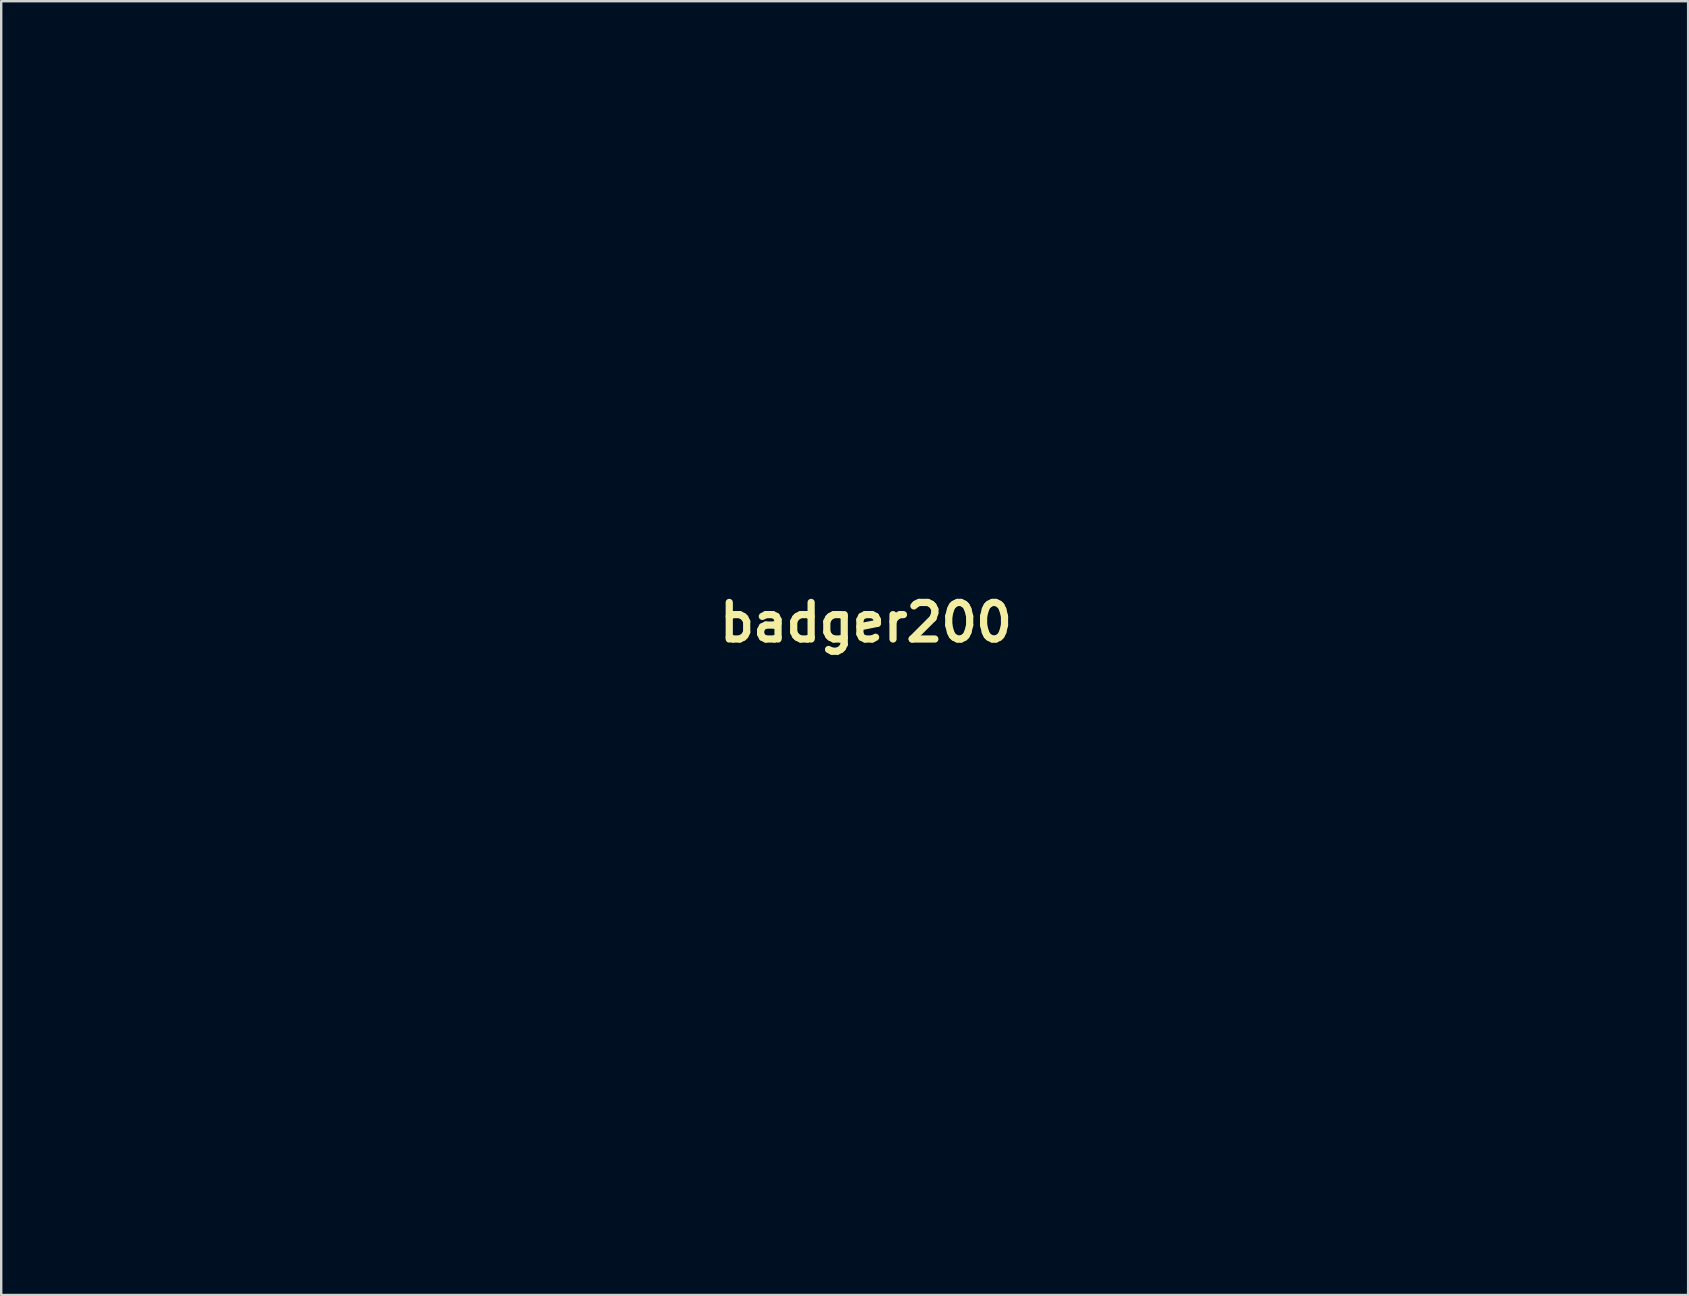
<source format=kicad_pcb>
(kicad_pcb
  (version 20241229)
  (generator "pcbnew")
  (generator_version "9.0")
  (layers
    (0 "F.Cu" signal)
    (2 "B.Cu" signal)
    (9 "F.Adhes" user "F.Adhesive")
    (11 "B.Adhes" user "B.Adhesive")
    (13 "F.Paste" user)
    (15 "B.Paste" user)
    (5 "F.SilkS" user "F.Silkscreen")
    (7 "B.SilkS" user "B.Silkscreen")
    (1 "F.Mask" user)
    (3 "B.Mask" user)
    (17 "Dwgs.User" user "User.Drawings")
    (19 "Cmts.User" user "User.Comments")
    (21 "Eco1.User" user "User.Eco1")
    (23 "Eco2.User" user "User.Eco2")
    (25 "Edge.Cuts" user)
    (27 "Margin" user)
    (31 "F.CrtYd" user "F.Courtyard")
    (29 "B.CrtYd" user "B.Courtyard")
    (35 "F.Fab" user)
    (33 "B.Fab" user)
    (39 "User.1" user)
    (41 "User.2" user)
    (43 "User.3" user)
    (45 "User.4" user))
  (footprint "badger200"
    (layer "F.Cu")
    (at 33.025 22.88)
    (property "Reference" "badger200" (at 0 0 0) (layer "F.SilkS") (effects (font (size 1.524 1.524) (thickness 0.3))))
    (attr through_hole)
    (fp_poly (pts (xy -29.083 23.558) (xy -29.146 23.622) (xy -29.21 23.558) (xy -29.146 23.495) (xy -29.083 23.558)) (stroke (width 0.01) (type solid)) (fill yes) (layer "F.Mask"))
    (fp_poly (pts (xy 16.484 -0.271) (xy 16.477 0.008) (xy 16.415 0.146) (xy 16.351 0.127) (xy 16.36 -0.104) (xy 16.368 -0.155) (xy 16.418 -0.406) (xy 16.453 -0.422) (xy 16.484 -0.271)) (stroke (width 0.01) (type solid)) (fill yes) (layer "F.Mask"))
    (fp_poly (pts (xy -27.561 5.19) (xy -27.704 5.472) (xy -27.979 5.812) (xy -28.352 6.162) (xy -28.404 6.204) (xy -29.099 6.756) (xy -29.059 6.206) (xy -29.023 5.895) (xy -28.934 5.693) (xy -28.733 5.531) (xy -28.363 5.34) (xy -28.321 5.319) (xy -27.949 5.148) (xy -27.681 5.039) (xy -27.585 5.017) (xy -27.561 5.19)) (stroke (width 0.01) (type solid)) (fill yes) (layer "F.Mask"))
    (fp_poly (pts (xy -27.267 8.775) (xy -26.915 9.524) (xy -27.332 10.091) (xy -27.604 10.446) (xy -27.779 10.618) (xy -27.903 10.634) (xy -28.022 10.522) (xy -28.032 10.509) (xy -28.224 10.157) (xy -28.376 9.696) (xy -28.469 9.215) (xy -28.483 8.807) (xy -28.433 8.607) (xy -28.236 8.388) (xy -27.966 8.205) (xy -27.619 8.026) (xy -27.267 8.775)) (stroke (width 0.01) (type solid)) (fill yes) (layer "F.Mask"))
    (fp_poly (pts (xy 22.732 10.478) (xy 22.83 10.559) (xy 23.069 10.778) (xy 23.137 10.936) (xy 23.059 11.131) (xy 23.006 11.219) (xy 22.828 11.477) (xy 22.68 11.528) (xy 22.483 11.376) (xy 22.374 11.263) (xy 22.152 10.979) (xy 22.122 10.749) (xy 22.273 10.478) (xy 22.273 10.477) (xy 22.398 10.334) (xy 22.524 10.33) (xy 22.732 10.478)) (stroke (width 0.01) (type solid)) (fill yes) (layer "F.Mask"))
    (fp_poly (pts (xy 24.33 7.29) (xy 24.618 7.419) (xy 24.818 7.515) (xy 25.385 7.79) (xy 24.916 8.466) (xy 24.664 8.812) (xy 24.465 9.057) (xy 24.367 9.142) (xy 24.248 9.052) (xy 24.044 8.821) (xy 23.95 8.703) (xy 23.614 8.261) (xy 23.874 7.75) (xy 24.042 7.444) (xy 24.164 7.262) (xy 24.193 7.239) (xy 24.33 7.29)) (stroke (width 0.01) (type solid)) (fill yes) (layer "F.Mask"))
    (fp_poly (pts (xy 24.195 4.078) (xy 24.351 4.144) (xy 24.81 4.369) (xy 25.085 4.585) (xy 25.24 4.843) (xy 25.247 4.86) (xy 25.34 5.133) (xy 25.368 5.273) (xy 25.366 5.276) (xy 25.257 5.218) (xy 24.994 5.044) (xy 24.628 4.789) (xy 24.521 4.712) (xy 24.031 4.341) (xy 23.752 4.089) (xy 23.686 3.959) (xy 23.833 3.954) (xy 24.195 4.078)) (stroke (width 0.01) (type solid)) (fill yes) (layer "F.Mask"))
    (fp_poly (pts (xy 19.034 12.388) (xy 19.434 12.517) (xy 19.848 12.69) (xy 20.33 12.913) (xy 20.753 13.13) (xy 21.035 13.298) (xy 21.057 13.314) (xy 21.175 13.412) (xy 21.196 13.476) (xy 21.085 13.513) (xy 20.806 13.531) (xy 20.326 13.536) (xy 20.009 13.536) (xy 18.669 13.536) (xy 18.224 13.081) (xy 17.969 12.804) (xy 17.808 12.601) (xy 17.78 12.544) (xy 17.893 12.478) (xy 18.179 12.406) (xy 18.356 12.375) (xy 18.703 12.346) (xy 19.034 12.388)) (stroke (width 0.01) (type solid)) (fill yes) (layer "F.Mask"))
    (fp_poly (pts (xy -20.624 12.545) (xy -20.332 12.632) (xy -20.184 12.726) (xy -20.18 12.74) (xy -20.262 12.903) (xy -20.473 13.165) (xy -20.754 13.463) (xy -21.041 13.734) (xy -21.273 13.915) (xy -21.37 13.955) (xy -21.569 13.914) (xy -21.927 13.822) (xy -22.288 13.721) (xy -22.689 13.595) (xy -22.868 13.507) (xy -22.848 13.442) (xy -22.786 13.417) (xy -22.542 13.308) (xy -22.169 13.11) (xy -21.793 12.893) (xy -21.361 12.65) (xy -21.05 12.535) (xy -20.779 12.52) (xy -20.624 12.545)) (stroke (width 0.01) (type solid)) (fill yes) (layer "F.Mask"))
    (fp_poly (pts (xy -24.846 11.069) (xy -24.524 11.235) (xy -24.313 11.35) (xy -24.275 11.375) (xy -24.33 11.483) (xy -24.515 11.736) (xy -24.796 12.085) (xy -24.91 12.221) (xy -25.256 12.638) (xy -25.559 13.018) (xy -25.764 13.291) (xy -25.79 13.329) (xy -25.899 13.481) (xy -25.978 13.504) (xy -26.054 13.366) (xy -26.158 13.031) (xy -26.216 12.824) (xy -26.341 12.387) (xy -26.444 12.041) (xy -26.499 11.871) (xy -26.436 11.722) (xy -26.217 11.484) (xy -25.962 11.266) (xy -25.371 10.805) (xy -24.846 11.069)) (stroke (width 0.01) (type solid)) (fill yes) (layer "F.Mask"))
    (fp_poly (pts (xy -1.53 1.33) (xy -0.911 1.364) (xy -0.389 1.428) (xy -0.163 1.476) (xy 0.018 1.542) (xy 0.048 1.655) (xy -0.057 1.898) (xy -0.084 1.951) (xy -0.227 2.226) (xy -0.315 2.382) (xy -0.32 2.389) (xy -0.449 2.377) (xy -0.751 2.307) (xy -1.083 2.216) (xy -1.561 2.108) (xy -2.023 2.084) (xy -2.547 2.149) (xy -3.211 2.307) (xy -3.365 2.35) (xy -3.582 2.337) (xy -3.778 2.131) (xy -3.846 2.019) (xy -3.981 1.744) (xy -4.026 1.578) (xy -4.021 1.566) (xy -3.797 1.469) (xy -3.377 1.396) (xy -2.821 1.348) (xy -2.185 1.325) (xy -1.53 1.33)) (stroke (width 0.01) (type solid)) (fill yes) (layer "F.Mask"))
    (fp_poly (pts (xy -16.281 11.744) (xy -16.304 11.885) (xy -16.456 12.167) (xy -16.701 12.535) (xy -17.005 12.937) (xy -17.33 13.318) (xy -17.949 13.84) (xy -18.808 14.324) (xy -18.858 14.347) (xy -19.385 14.618) (xy -19.931 14.955) (xy -20.532 15.384) (xy -21.223 15.93) (xy -22.039 16.62) (xy -22.494 17.018) (xy -23.288 17.716) (xy -22.924 17.081) (xy -22.371 16.177) (xy -21.756 15.272) (xy -21.127 14.434) (xy -20.535 13.73) (xy -20.311 13.493) (xy -19.981 13.166) (xy -19.707 12.927) (xy -19.43 12.744) (xy -19.091 12.586) (xy -18.633 12.42) (xy -17.995 12.215) (xy -17.93 12.194) (xy -17.335 12.011) (xy -16.833 11.866) (xy -16.469 11.772) (xy -16.291 11.741) (xy -16.281 11.744)) (stroke (width 0.01) (type solid)) (fill yes) (layer "F.Mask"))
    (fp_poly (pts (xy 8.942 2.82) (xy 9.218 2.924) (xy 9.39 3.151) (xy 9.504 3.521) (xy 9.524 3.617) (xy 9.591 4.229) (xy 9.484 4.699) (xy 9.185 5.089) (xy 8.991 5.248) (xy 8.503 5.474) (xy 7.898 5.561) (xy 7.273 5.506) (xy 6.795 5.342) (xy 6.381 5.105) (xy 5.998 4.847) (xy 5.929 4.794) (xy 5.571 4.506) (xy 5.942 3.994) (xy 6.045 3.873) (xy 8.001 3.873) (xy 8.089 4.016) (xy 8.268 4.03) (xy 8.408 3.915) (xy 8.42 3.875) (xy 8.339 3.75) (xy 8.223 3.707) (xy 8.034 3.757) (xy 8.001 3.873) (xy 6.045 3.873) (xy 6.349 3.517) (xy 6.792 3.199) (xy 7.351 2.996) (xy 7.885 2.894) (xy 8.513 2.817) (xy 8.942 2.82)) (stroke (width 0.01) (type solid)) (fill yes) (layer "F.Mask"))
    (fp_poly (pts (xy -18.719 9.346) (xy -18.895 9.618) (xy -19.181 10) (xy -19.547 10.454) (xy -19.963 10.941) (xy -20.399 11.422) (xy -20.569 11.602) (xy -21.138 12.162) (xy -21.65 12.579) (xy -22.189 12.919) (xy -22.534 13.099) (xy -23.236 13.485) (xy -23.946 13.959) (xy -24.696 14.547) (xy -25.522 15.277) (xy -26.455 16.174) (xy -26.786 16.505) (xy -28.236 17.967) (xy -27.555 16.641) (xy -26.937 15.51) (xy -26.27 14.416) (xy -25.589 13.411) (xy -24.928 12.545) (xy -24.361 11.91) (xy -24.082 11.633) (xy -23.836 11.412) (xy -23.583 11.224) (xy -23.281 11.047) (xy -22.889 10.858) (xy -22.368 10.634) (xy -21.677 10.355) (xy -21.145 10.144) (xy -20.417 9.857) (xy -19.771 9.609) (xy -19.246 9.411) (xy -18.875 9.278) (xy -18.696 9.223) (xy -18.686 9.223) (xy -18.719 9.346)) (stroke (width 0.01) (type solid)) (fill yes) (layer "F.Mask"))
    (fp_poly (pts (xy 13.749 11.151) (xy 14.218 11.273) (xy 14.766 11.433) (xy 15.339 11.614) (xy 15.883 11.799) (xy 16.345 11.973) (xy 16.671 12.119) (xy 16.702 12.136) (xy 17.164 12.464) (xy 17.712 12.967) (xy 18.304 13.601) (xy 18.894 14.322) (xy 19.013 14.478) (xy 19.237 14.792) (xy 19.52 15.207) (xy 19.83 15.678) (xy 20.14 16.158) (xy 20.421 16.603) (xy 20.642 16.966) (xy 20.775 17.202) (xy 20.798 17.269) (xy 20.695 17.19) (xy 20.444 16.977) (xy 20.087 16.669) (xy 19.812 16.428) (xy 18.767 15.543) (xy 17.844 14.834) (xy 17.01 14.28) (xy 16.231 13.855) (xy 16.061 13.776) (xy 15.459 13.465) (xy 14.899 13.109) (xy 14.498 12.786) (xy 14.138 12.411) (xy 13.797 12.006) (xy 13.51 11.622) (xy 13.315 11.308) (xy 13.247 11.113) (xy 13.258 11.083) (xy 13.411 11.082) (xy 13.749 11.151)) (stroke (width 0.01) (type solid)) (fill yes) (layer "F.Mask"))
    (fp_poly (pts (xy -11.425 2.425) (xy -10.895 2.489) (xy -10.604 2.555) (xy -10.28 2.702) (xy -9.902 2.957) (xy -9.524 3.271) (xy -9.199 3.596) (xy -8.979 3.883) (xy -8.918 4.084) (xy -8.92 4.09) (xy -9.076 4.273) (xy -9.401 4.504) (xy -9.823 4.746) (xy -10.273 4.96) (xy -10.679 5.107) (xy -10.886 5.15) (xy -11.33 5.148) (xy -11.75 5.08) (xy -11.769 5.074) (xy -12.116 4.894) (xy -12.458 4.606) (xy -12.514 4.544) (xy -12.716 4.271) (xy -12.804 4.014) (xy -12.806 3.665) (xy -12.804 3.646) (xy -11.661 3.646) (xy -11.597 3.728) (xy -11.408 3.776) (xy -11.234 3.642) (xy -11.205 3.58) (xy -11.268 3.46) (xy -11.419 3.429) (xy -11.648 3.49) (xy -11.661 3.646) (xy -12.804 3.646) (xy -12.787 3.456) (xy -12.72 3.037) (xy -12.626 2.708) (xy -12.566 2.595) (xy -12.335 2.479) (xy -11.93 2.422) (xy -11.425 2.425)) (stroke (width 0.01) (type solid)) (fill yes) (layer "F.Mask"))
    (fp_poly (pts (xy 16.723 8.835) (xy 17.204 9.017) (xy 17.834 9.253) (xy 18.523 9.51) (xy 19.05 9.706) (xy 19.659 9.937) (xy 20.219 10.158) (xy 20.664 10.342) (xy 20.92 10.46) (xy 21.364 10.765) (xy 21.895 11.256) (xy 22.482 11.895) (xy 23.09 12.645) (xy 23.686 13.469) (xy 23.809 13.652) (xy 24.162 14.197) (xy 24.528 14.783) (xy 24.883 15.372) (xy 25.206 15.925) (xy 25.475 16.403) (xy 25.666 16.768) (xy 25.758 16.98) (xy 25.756 17.018) (xy 25.651 16.934) (xy 25.418 16.713) (xy 25.107 16.4) (xy 25.078 16.37) (xy 24.748 16.047) (xy 24.279 15.611) (xy 23.729 15.113) (xy 23.151 14.602) (xy 22.987 14.46) (xy 22.24 13.836) (xy 21.59 13.348) (xy 20.963 12.946) (xy 20.284 12.577) (xy 20.202 12.536) (xy 19.136 11.919) (xy 18.164 11.166) (xy 17.237 10.237) (xy 16.466 9.3) (xy 15.856 8.504) (xy 16.723 8.835)) (stroke (width 0.01) (type solid)) (fill yes) (layer "F.Mask"))
    (fp_poly (pts (xy -20.177 6.113) (xy -20.389 6.371) (xy -20.727 6.746) (xy -21.162 7.206) (xy -21.546 7.598) (xy -22.21 8.254) (xy -22.749 8.749) (xy -23.203 9.115) (xy -23.612 9.387) (xy -23.869 9.526) (xy -24.553 9.915) (xy -25.359 10.461) (xy -26.297 11.172) (xy -27.377 12.056) (xy -28.609 13.121) (xy -29.261 13.702) (xy -29.464 13.864) (xy -29.539 13.882) (xy -29.524 13.843) (xy -29.322 13.51) (xy -29.005 13.023) (xy -28.61 12.433) (xy -28.171 11.794) (xy -27.725 11.155) (xy -27.306 10.57) (xy -26.95 10.088) (xy -26.855 9.964) (xy -26.413 9.425) (xy -25.919 8.868) (xy -25.457 8.389) (xy -25.311 8.25) (xy -25.023 7.993) (xy -24.749 7.783) (xy -24.444 7.595) (xy -24.065 7.407) (xy -23.564 7.195) (xy -22.898 6.937) (xy -22.377 6.741) (xy -21.681 6.486) (xy -21.068 6.272) (xy -20.577 6.112) (xy -20.247 6.018) (xy -20.117 6.002) (xy -20.177 6.113)) (stroke (width 0.01) (type solid)) (fill yes) (layer "F.Mask"))
    (fp_poly (pts (xy -19.837 3.615) (xy -19.909 3.707) (xy -20.152 3.908) (xy -20.526 4.189) (xy -20.988 4.519) (xy -21.497 4.871) (xy -22.011 5.214) (xy -22.489 5.52) (xy -22.845 5.734) (xy -23.457 6.044) (xy -24.162 6.343) (xy -24.809 6.565) (xy -24.813 6.567) (xy -25.532 6.813) (xy -26.428 7.185) (xy -27.47 7.67) (xy -28.626 8.251) (xy -29.863 8.912) (xy -30.289 9.149) (xy -30.887 9.484) (xy -31.462 9.805) (xy -31.946 10.075) (xy -32.258 10.247) (xy -32.83 10.562) (xy -32.068 9.843) (xy -30.919 8.78) (xy -29.802 7.787) (xy -28.74 6.882) (xy -27.756 6.085) (xy -26.873 5.413) (xy -26.116 4.888) (xy -25.507 4.526) (xy -25.467 4.506) (xy -25.184 4.382) (xy -24.844 4.274) (xy -24.407 4.176) (xy -23.831 4.078) (xy -23.074 3.971) (xy -22.353 3.88) (xy -21.591 3.788) (xy -20.92 3.712) (xy -20.379 3.655) (xy -20.006 3.621) (xy -19.841 3.614) (xy -19.837 3.615)) (stroke (width 0.01) (type solid)) (fill yes) (layer "F.Mask"))
    (fp_poly (pts (xy 17.191 5.526) (xy 17.52 5.619) (xy 17.998 5.771) (xy 18.583 5.967) (xy 19.23 6.19) (xy 19.895 6.426) (xy 20.536 6.659) (xy 21.107 6.874) (xy 21.565 7.056) (xy 21.866 7.189) (xy 21.883 7.197) (xy 22.282 7.473) (xy 22.79 7.936) (xy 23.384 8.559) (xy 24.037 9.312) (xy 24.727 10.169) (xy 25.429 11.1) (xy 26.119 12.076) (xy 26.283 12.319) (xy 26.666 12.893) (xy 26.926 13.287) (xy 27.082 13.534) (xy 27.154 13.665) (xy 27.162 13.71) (xy 27.154 13.711) (xy 27.048 13.631) (xy 26.787 13.417) (xy 26.408 13.098) (xy 25.946 12.706) (xy 25.845 12.619) (xy 24.693 11.66) (xy 23.605 10.808) (xy 22.609 10.082) (xy 21.732 9.502) (xy 21 9.087) (xy 20.989 9.082) (xy 20.561 8.852) (xy 20.164 8.596) (xy 19.752 8.274) (xy 19.277 7.85) (xy 18.693 7.286) (xy 18.492 7.087) (xy 17.997 6.586) (xy 17.58 6.147) (xy 17.267 5.8) (xy 17.087 5.576) (xy 17.057 5.507) (xy 17.191 5.526)) (stroke (width 0.01) (type solid)) (fill yes) (layer "F.Mask"))
    (fp_poly (pts (xy -24.187 1.193) (xy -23.6 1.239) (xy -22.963 1.307) (xy -22.322 1.39) (xy -21.724 1.483) (xy -21.216 1.578) (xy -20.844 1.67) (xy -20.655 1.752) (xy -20.644 1.788) (xy -20.803 1.922) (xy -21.141 2.134) (xy -21.605 2.394) (xy -22.14 2.674) (xy -22.695 2.946) (xy -23.216 3.182) (xy -23.257 3.199) (xy -23.87 3.424) (xy -24.566 3.63) (xy -25.083 3.751) (xy -25.819 3.944) (xy -26.733 4.276) (xy -27.83 4.75) (xy -29.118 5.37) (xy -30.602 6.137) (xy -30.862 6.276) (xy -31.607 6.674) (xy -32.157 6.965) (xy -32.542 7.164) (xy -32.791 7.283) (xy -32.935 7.336) (xy -33.001 7.338) (xy -33.019 7.302) (xy -33.02 7.283) (xy -32.927 7.148) (xy -32.668 6.876) (xy -32.271 6.494) (xy -31.766 6.028) (xy -31.183 5.503) (xy -30.55 4.945) (xy -29.896 4.379) (xy -29.251 3.833) (xy -28.645 3.331) (xy -28.105 2.899) (xy -27.756 2.632) (xy -26.844 1.998) (xy -26.07 1.551) (xy -25.412 1.28) (xy -25.022 1.192) (xy -24.676 1.175) (xy -24.187 1.193)) (stroke (width 0.01) (type solid)) (fill yes) (layer "F.Mask"))
    (fp_poly (pts (xy 17.3 3.109) (xy 17.828 3.162) (xy 18.495 3.234) (xy 19.265 3.324) (xy 19.567 3.361) (xy 20.558 3.485) (xy 21.347 3.601) (xy 21.988 3.728) (xy 22.53 3.887) (xy 23.026 4.097) (xy 23.527 4.379) (xy 24.085 4.753) (xy 24.75 5.24) (xy 25.159 5.545) (xy 25.715 5.973) (xy 26.335 6.466) (xy 26.991 7.003) (xy 27.659 7.56) (xy 28.312 8.116) (xy 28.925 8.647) (xy 29.471 9.132) (xy 29.925 9.547) (xy 30.261 9.871) (xy 30.452 10.081) (xy 30.474 10.154) (xy 30.47 10.153) (xy 30.343 10.091) (xy 30.053 9.93) (xy 29.655 9.703) (xy 29.527 9.629) (xy 28.616 9.114) (xy 27.625 8.584) (xy 26.597 8.059) (xy 25.573 7.558) (xy 24.596 7.102) (xy 23.707 6.71) (xy 22.948 6.402) (xy 22.36 6.199) (xy 22.286 6.177) (xy 20.953 5.711) (xy 19.875 5.185) (xy 19.365 4.886) (xy 18.813 4.543) (xy 18.26 4.183) (xy 17.745 3.833) (xy 17.308 3.521) (xy 16.988 3.274) (xy 16.825 3.118) (xy 16.815 3.082) (xy 16.95 3.082) (xy 17.3 3.109)) (stroke (width 0.01) (type solid)) (fill yes) (layer "F.Mask"))
    (fp_poly (pts (xy 22.474 0.617) (xy 22.833 0.702) (xy 23.328 0.908) (xy 23.978 1.269) (xy 24.754 1.766) (xy 25.625 2.378) (xy 26.564 3.087) (xy 27.54 3.872) (xy 27.646 3.961) (xy 28.183 4.414) (xy 28.753 4.906) (xy 29.327 5.41) (xy 29.876 5.899) (xy 30.371 6.348) (xy 30.781 6.729) (xy 31.079 7.015) (xy 31.234 7.181) (xy 31.242 7.211) (xy 31.117 7.152) (xy 30.794 6.993) (xy 30.304 6.748) (xy 29.675 6.433) (xy 28.938 6.062) (xy 28.121 5.649) (xy 28.003 5.59) (xy 26.855 5.015) (xy 25.888 4.545) (xy 25.064 4.165) (xy 24.342 3.859) (xy 23.682 3.609) (xy 23.043 3.4) (xy 22.386 3.216) (xy 21.78 3.066) (xy 21.326 2.934) (xy 20.773 2.739) (xy 20.164 2.499) (xy 19.539 2.232) (xy 18.939 1.958) (xy 18.404 1.694) (xy 17.976 1.461) (xy 17.695 1.277) (xy 17.602 1.16) (xy 17.61 1.145) (xy 17.802 1.072) (xy 18.207 0.985) (xy 18.787 0.889) (xy 19.503 0.791) (xy 20.315 0.697) (xy 20.913 0.637) (xy 21.584 0.585) (xy 22.079 0.577) (xy 22.474 0.617)) (stroke (width 0.01) (type solid)) (fill yes) (layer "F.Mask"))
    (fp_poly (pts (xy -9.518 -0.575) (xy -8.369 -0.262) (xy -8.335 -0.249) (xy -7.673 -0.002) (xy -7.663 0.856) (xy -7.627 1.357) (xy -7.524 1.978) (xy -7.345 2.756) (xy -7.084 3.732) (xy -7.065 3.798) (xy -6.871 4.499) (xy -6.703 5.125) (xy -6.574 5.629) (xy -6.496 5.968) (xy -6.477 6.086) (xy -6.59 6.279) (xy -6.895 6.524) (xy -7.346 6.793) (xy -7.894 7.06) (xy -8.492 7.296) (xy -8.7 7.365) (xy -9.631 7.58) (xy -10.68 7.695) (xy -11.753 7.707) (xy -12.753 7.614) (xy -13.32 7.496) (xy -13.793 7.356) (xy -14.179 7.223) (xy -14.403 7.12) (xy -14.418 7.109) (xy -14.554 6.924) (xy -14.737 6.589) (xy -14.864 6.314) (xy -14.988 5.978) (xy -15.084 5.591) (xy -15.158 5.099) (xy -15.219 4.45) (xy -15.266 3.761) (xy -15.343 2.765) (xy -15.361 2.616) (xy -13.525 2.616) (xy -13.496 3.295) (xy -13.358 4.13) (xy -13.028 4.805) (xy -12.514 5.309) (xy -11.823 5.635) (xy -11.534 5.706) (xy -11.068 5.79) (xy -10.741 5.812) (xy -10.442 5.764) (xy -10.062 5.635) (xy -9.915 5.58) (xy -9.384 5.344) (xy -8.885 5.062) (xy -8.479 4.776) (xy -8.229 4.525) (xy -8.192 4.457) (xy -8.214 4.203) (xy -8.406 3.849) (xy -8.726 3.439) (xy -9.136 3.018) (xy -9.595 2.63) (xy -10.064 2.319) (xy -10.148 2.274) (xy -10.848 2.036) (xy -11.629 1.971) (xy -12.395 2.077) (xy -12.96 2.3) (xy -13.525 2.616) (xy -15.361 2.616) (xy -15.437 2) (xy -15.553 1.446) (xy -15.618 1.247) (xy -15.854 0.625) (xy -15.359 0.312) (xy -14.373 -0.177) (xy -13.237 -0.515) (xy -12.011 -0.697) (xy -10.752 -0.719) (xy -9.518 -0.575)) (stroke (width 0.01) (type solid)) (fill yes) (layer "F.Mask"))
    (fp_poly (pts (xy 7.992 -0.469) (xy 9.064 -0.364) (xy 10.087 -0.173) (xy 11.006 0.098) (xy 11.768 0.442) (xy 12.169 0.713) (xy 12.367 0.922) (xy 12.383 1.141) (xy 12.325 1.318) (xy 12.266 1.576) (xy 12.201 2.029) (xy 12.136 2.619) (xy 12.079 3.286) (xy 12.067 3.461) (xy 11.959 4.597) (xy 11.801 5.549) (xy 11.599 6.3) (xy 11.356 6.829) (xy 11.183 7.042) (xy 10.951 7.187) (xy 10.557 7.371) (xy 10.08 7.559) (xy 10.014 7.582) (xy 9.236 7.784) (xy 8.306 7.916) (xy 7.314 7.974) (xy 6.353 7.952) (xy 5.515 7.847) (xy 5.397 7.822) (xy 4.893 7.683) (xy 4.355 7.498) (xy 3.846 7.294) (xy 3.43 7.096) (xy 3.171 6.931) (xy 3.127 6.882) (xy 3.129 6.71) (xy 3.198 6.318) (xy 3.329 5.727) (xy 3.517 4.961) (xy 3.671 4.365) (xy 4.953 4.365) (xy 5.057 4.583) (xy 5.331 4.867) (xy 5.716 5.168) (xy 6.154 5.441) (xy 6.485 5.599) (xy 7.023 5.75) (xy 7.64 5.822) (xy 8.241 5.813) (xy 8.731 5.719) (xy 8.865 5.664) (xy 9.454 5.216) (xy 9.888 4.569) (xy 10.165 3.722) (xy 10.233 3.323) (xy 10.32 2.667) (xy 9.391 2.245) (xy 8.917 2.035) (xy 8.588 1.922) (xy 8.323 1.889) (xy 8.039 1.924) (xy 7.81 1.974) (xy 7.198 2.148) (xy 6.694 2.381) (xy 6.167 2.736) (xy 6.119 2.772) (xy 5.797 3.067) (xy 5.469 3.448) (xy 5.186 3.845) (xy 4.999 4.188) (xy 4.953 4.365) (xy 3.671 4.365) (xy 3.755 4.043) (xy 4.039 2.995) (xy 4.13 2.667) (xy 4.232 2.175) (xy 4.31 1.563) (xy 4.346 0.982) (xy 4.366 -0.004) (xy 5.009 -0.199) (xy 5.911 -0.393) (xy 6.923 -0.481) (xy 7.992 -0.469)) (stroke (width 0.01) (type solid)) (fill yes) (layer "F.Mask"))
    (fp_poly (pts (xy -10.106 -1.276) (xy -9.199 -1.166) (xy -8.598 -1.038) (xy -7.344 -0.609) (xy -6.259 -0.055) (xy -5.355 0.606) (xy -4.643 1.36) (xy -4.136 2.19) (xy -3.845 3.08) (xy -3.783 4.015) (xy -3.962 4.978) (xy -3.995 5.08) (xy -4.363 5.811) (xy -4.949 6.523) (xy -5.717 7.187) (xy -6.629 7.776) (xy -7.651 8.262) (xy -8.572 8.572) (xy -9.208 8.697) (xy -10.014 8.784) (xy -10.908 8.831) (xy -11.807 8.835) (xy -12.631 8.794) (xy -13.271 8.71) (xy -14.488 8.404) (xy -15.618 7.986) (xy -16.626 7.477) (xy -17.478 6.896) (xy -18.136 6.264) (xy -18.464 5.8) (xy -18.741 5.212) (xy -18.845 4.673) (xy -18.785 4.087) (xy -18.669 3.653) (xy -18.602 3.493) (xy -17.708 3.493) (xy -17.684 4.068) (xy -17.593 4.515) (xy -17.409 4.955) (xy -17.37 5.03) (xy -16.85 5.781) (xy -16.122 6.47) (xy -15.234 7.065) (xy -14.23 7.536) (xy -13.381 7.8) (xy -12.714 7.91) (xy -11.889 7.971) (xy -11 7.981) (xy -10.137 7.942) (xy -9.392 7.853) (xy -9.155 7.805) (xy -8.059 7.455) (xy -7.055 6.954) (xy -6.186 6.332) (xy -5.492 5.618) (xy -5.109 5.03) (xy -4.908 4.58) (xy -4.804 4.142) (xy -4.771 3.595) (xy -4.771 3.493) (xy -4.863 2.63) (xy -5.154 1.865) (xy -5.664 1.153) (xy -6.103 0.716) (xy -7.11 -0.019) (xy -8.27 -0.552) (xy -9.581 -0.883) (xy -11.042 -1.011) (xy -11.239 -1.012) (xy -12.719 -0.91) (xy -14.05 -0.606) (xy -15.23 -0.098) (xy -16.256 0.611) (xy -16.376 0.716) (xy -17.034 1.417) (xy -17.459 2.144) (xy -17.673 2.941) (xy -17.708 3.493) (xy -18.602 3.493) (xy -18.161 2.435) (xy -17.447 1.348) (xy -16.549 0.413) (xy -15.489 -0.347) (xy -14.289 -0.912) (xy -13.716 -1.095) (xy -12.979 -1.235) (xy -12.078 -1.312) (xy -11.093 -1.325) (xy -10.106 -1.276)) (stroke (width 0.01) (type solid)) (fill yes) (layer "F.Mask"))
    (fp_poly (pts (xy 8.037 -1.309) (xy 8.592 -1.281) (xy 9.043 -1.226) (xy 9.465 -1.132) (xy 9.934 -0.99) (xy 9.979 -0.975) (xy 11.194 -0.454) (xy 12.299 0.262) (xy 13.259 1.142) (xy 14.037 2.154) (xy 14.366 2.742) (xy 14.726 3.655) (xy 14.854 4.471) (xy 14.753 5.197) (xy 14.557 5.636) (xy 14.02 6.338) (xy 13.267 7.003) (xy 12.338 7.605) (xy 11.271 8.121) (xy 10.144 8.513) (xy 9.365 8.68) (xy 8.437 8.791) (xy 7.445 8.846) (xy 6.473 8.839) (xy 5.608 8.768) (xy 5.163 8.691) (xy 3.835 8.305) (xy 2.665 7.783) (xy 1.671 7.14) (xy 0.873 6.389) (xy 0.286 5.542) (xy -0.006 4.845) (xy -0.176 4.119) (xy -0.188 3.493) (xy 0.799 3.493) (xy 0.833 4.337) (xy 1.099 5.149) (xy 1.572 5.909) (xy 2.231 6.596) (xy 3.051 7.192) (xy 4.01 7.677) (xy 5.086 8.032) (xy 6.255 8.235) (xy 6.35 8.245) (xy 7.2 8.275) (xy 8.125 8.233) (xy 9.022 8.127) (xy 9.79 7.967) (xy 9.906 7.933) (xy 11.027 7.487) (xy 12.004 6.892) (xy 12.806 6.172) (xy 13.399 5.351) (xy 13.441 5.273) (xy 13.621 4.888) (xy 13.722 4.522) (xy 13.766 4.078) (xy 13.772 3.619) (xy 13.66 2.58) (xy 13.335 1.679) (xy 12.797 0.916) (xy 12.048 0.293) (xy 11.087 -0.191) (xy 9.916 -0.535) (xy 9.708 -0.577) (xy 8.854 -0.692) (xy 7.88 -0.748) (xy 6.88 -0.742) (xy 5.952 -0.677) (xy 5.303 -0.576) (xy 4.177 -0.243) (xy 3.17 0.242) (xy 2.307 0.856) (xy 1.613 1.576) (xy 1.114 2.38) (xy 0.834 3.245) (xy 0.799 3.493) (xy -0.188 3.493) (xy -0.189 3.462) (xy -0.036 2.79) (xy 0.264 2.072) (xy 0.81 1.225) (xy 1.582 0.467) (xy 2.561 -0.189) (xy 3.731 -0.732) (xy 4.662 -1.04) (xy 5.176 -1.169) (xy 5.68 -1.253) (xy 6.253 -1.299) (xy 6.971 -1.316) (xy 7.303 -1.317) (xy 8.037 -1.309)) (stroke (width 0.01) (type solid)) (fill yes) (layer "F.Mask"))
    (fp_poly (pts (xy -0.762 13.359) (xy -0.655 13.366) (xy 0.201 13.515) (xy 1.104 13.837) (xy 2.006 14.3) (xy 2.861 14.87) (xy 3.622 15.514) (xy 4.241 16.201) (xy 4.673 16.897) (xy 4.774 17.145) (xy 4.978 18.036) (xy 5.02 18.984) (xy 4.902 19.9) (xy 4.665 20.617) (xy 4.188 21.472) (xy 3.611 22.159) (xy 2.904 22.697) (xy 2.038 23.105) (xy 0.981 23.403) (xy 0.08 23.561) (xy -0.463 23.637) (xy -0.906 23.696) (xy -1.192 23.731) (xy -1.27 23.738) (xy -1.414 23.71) (xy -1.748 23.642) (xy -2.212 23.546) (xy -2.474 23.491) (xy -3.753 23.133) (xy -4.829 22.633) (xy -5.722 21.98) (xy -6.446 21.162) (xy -6.689 20.759) (xy -5.969 20.759) (xy -5.863 21.12) (xy -5.598 21.473) (xy -5.15 21.774) (xy -4.668 21.851) (xy -4.209 21.703) (xy -4 21.537) (xy -3.778 21.245) (xy -3.619 20.912) (xy -3.557 20.625) (xy -3.558 20.62) (xy -1.13 20.62) (xy -1.119 21.329) (xy -1.096 21.975) (xy -1.061 22.505) (xy -1.059 22.524) (xy -1 23.002) (xy -0.938 23.243) (xy -0.877 23.262) (xy -0.82 23.074) (xy -0.772 22.697) (xy -0.735 22.146) (xy -0.713 21.436) (xy -0.709 20.955) (xy -0.711 20.784) (xy 1.681 20.784) (xy 1.773 21.063) (xy 1.93 21.355) (xy 2.108 21.565) (xy 2.144 21.589) (xy 2.566 21.712) (xy 3.016 21.659) (xy 3.379 21.445) (xy 3.392 21.431) (xy 3.615 21.124) (xy 3.74 20.86) (xy 3.751 20.641) (xy 3.592 20.573) (xy 3.245 20.653) (xy 3.108 20.702) (xy 2.686 20.763) (xy 2.273 20.682) (xy 1.944 20.607) (xy 1.727 20.599) (xy 1.697 20.613) (xy 1.681 20.784) (xy -0.711 20.784) (xy -0.718 20.025) (xy -0.744 19.236) (xy -0.787 18.609) (xy -0.843 18.164) (xy -0.911 17.922) (xy -0.988 17.905) (xy -1.023 17.971) (xy -1.065 18.204) (xy -1.097 18.639) (xy -1.119 19.222) (xy -1.13 19.9) (xy -1.13 20.62) (xy -3.558 20.62) (xy -3.596 20.492) (xy -3.75 20.483) (xy -4.044 20.548) (xy -4.133 20.576) (xy -4.633 20.667) (xy -5.208 20.618) (xy -5.683 20.501) (xy -5.891 20.476) (xy -5.963 20.615) (xy -5.969 20.759) (xy -6.689 20.759) (xy -6.921 20.372) (xy -7.116 19.953) (xy -7.23 19.588) (xy -7.285 19.178) (xy -7.3 18.625) (xy -7.3 18.542) (xy -7.264 17.819) (xy -7.136 17.223) (xy -6.884 16.682) (xy -6.477 16.124) (xy -6.054 15.651) (xy -5.948 15.557) (xy 2.032 15.557) (xy 2.12 15.7) (xy 2.299 15.714) (xy 2.439 15.599) (xy 2.451 15.559) (xy 2.37 15.434) (xy 2.254 15.391) (xy 2.065 15.441) (xy 2.032 15.557) (xy -5.948 15.557) (xy -5.316 14.995) (xy 0.259 14.995) (xy 0.339 15.155) (xy 0.569 15.241) (xy 0.63 15.228) (xy 1.061 15.228) (xy 1.086 15.378) (xy 1.284 15.495) (xy 1.557 15.473) (xy 1.786 15.334) (xy 1.843 15.234) (xy 1.837 14.929) (xy 1.667 14.686) (xy 1.442 14.605) (xy 1.277 14.712) (xy 1.132 14.958) (xy 1.061 15.228) (xy 0.63 15.228) (xy 0.831 15.184) (xy 0.974 15.04) (xy 0.957 14.791) (xy 0.779 14.593) (xy 0.529 14.534) (xy 0.467 14.55) (xy 0.293 14.731) (xy 0.259 14.995) (xy -5.316 14.995) (xy -5.252 14.938) (xy -4.295 14.34) (xy -3.142 13.833) (xy -2.738 13.69) (xy -2.134 13.5) (xy -1.668 13.392) (xy -1.243 13.35) (xy -0.762 13.359)) (stroke (width 0.01) (type solid)) (fill yes) (layer "F.Mask"))
    (fp_poly (pts (xy -6.265 8.114) (xy -6.292 8.407) (xy -6.355 8.815) (xy -6.441 9.27) (xy -6.541 9.705) (xy -6.561 9.779) (xy -6.687 10.135) (xy -6.909 10.657) (xy -7.201 11.285) (xy -7.536 11.964) (xy -7.72 12.319) (xy -8.342 13.507) (xy -8.853 14.5) (xy -9.262 15.326) (xy -9.582 16.011) (xy -9.821 16.583) (xy -9.992 17.069) (xy -10.105 17.497) (xy -10.171 17.894) (xy -10.201 18.287) (xy -10.206 18.619) (xy -10.078 19.619) (xy -9.719 20.56) (xy -9.151 21.405) (xy -8.395 22.118) (xy -7.937 22.422) (xy -7.425 22.69) (xy -6.758 22.991) (xy -5.984 23.308) (xy -5.148 23.626) (xy -4.3 23.927) (xy -3.484 24.195) (xy -2.749 24.413) (xy -2.141 24.566) (xy -1.708 24.635) (xy -1.64 24.638) (xy -1.258 24.59) (xy -0.691 24.457) (xy 0.014 24.256) (xy 0.809 24.004) (xy 1.647 23.716) (xy 2.48 23.41) (xy 3.26 23.102) (xy 3.94 22.809) (xy 4.473 22.548) (xy 4.671 22.433) (xy 5.479 21.788) (xy 6.144 20.985) (xy 6.633 20.077) (xy 6.911 19.116) (xy 6.949 18.825) (xy 6.962 18.271) (xy 6.894 17.69) (xy 6.735 17.055) (xy 6.472 16.337) (xy 6.096 15.505) (xy 5.596 14.532) (xy 4.96 13.389) (xy 4.809 13.126) (xy 4.464 12.505) (xy 4.125 11.862) (xy 3.839 11.284) (xy 3.69 10.956) (xy 3.516 10.497) (xy 3.351 9.974) (xy 3.208 9.448) (xy 3.103 8.978) (xy 3.05 8.625) (xy 3.066 8.449) (xy 3.068 8.447) (xy 3.205 8.459) (xy 3.522 8.541) (xy 3.96 8.675) (xy 4.133 8.732) (xy 4.539 8.862) (xy 4.898 8.954) (xy 5.268 9.015) (xy 5.707 9.051) (xy 6.274 9.069) (xy 7.025 9.075) (xy 7.193 9.076) (xy 9.242 9.081) (xy 8.874 9.546) (xy 8.435 10.224) (xy 8.183 10.896) (xy 8.131 11.331) (xy 8.164 11.636) (xy 8.251 12.106) (xy 8.376 12.663) (xy 8.449 12.954) (xy 8.702 14.081) (xy 8.832 15.112) (xy 8.845 16.15) (xy 8.747 17.295) (xy 8.708 17.59) (xy 8.621 18.206) (xy 8.54 18.748) (xy 8.474 19.157) (xy 8.434 19.367) (xy 8.425 19.514) (xy 8.509 19.474) (xy 8.661 19.286) (xy 8.856 18.988) (xy 9.066 18.617) (xy 9.268 18.213) (xy 9.376 17.965) (xy 9.631 17.404) (xy 9.935 16.829) (xy 10.197 16.404) (xy 10.502 15.904) (xy 10.786 15.345) (xy 10.913 15.043) (xy 11.17 14.425) (xy 11.427 13.988) (xy 11.734 13.663) (xy 12.143 13.383) (xy 12.15 13.379) (xy 12.48 13.203) (xy 12.763 13.117) (xy 13.101 13.104) (xy 13.56 13.144) (xy 14.101 13.234) (xy 14.546 13.368) (xy 14.743 13.47) (xy 15.047 13.645) (xy 15.478 13.847) (xy 15.789 13.972) (xy 16.18 14.131) (xy 16.465 14.268) (xy 16.566 14.34) (xy 16.486 14.433) (xy 16.221 14.608) (xy 15.816 14.836) (xy 15.458 15.021) (xy 13.636 16.013) (xy 11.918 17.134) (xy 10.244 18.425) (xy 8.89 19.615) (xy 7.265 20.987) (xy 5.583 22.144) (xy 3.784 23.122) (xy 2.319 23.762) (xy 1.824 23.946) (xy 1.216 24.152) (xy 0.547 24.367) (xy -0.132 24.573) (xy -0.768 24.756) (xy -1.309 24.899) (xy -1.705 24.989) (xy -1.883 25.011) (xy -2.072 24.974) (xy -2.458 24.876) (xy -2.997 24.73) (xy -3.642 24.548) (xy -4.13 24.406) (xy -5.249 24.06) (xy -6.24 23.708) (xy -7.144 23.328) (xy -8.004 22.895) (xy -8.86 22.386) (xy -9.754 21.777) (xy -10.727 21.046) (xy -11.822 20.167) (xy -12.319 19.756) (xy -13.474 18.809) (xy -14.499 18.005) (xy -15.444 17.308) (xy -16.359 16.681) (xy -17.294 16.088) (xy -17.865 15.746) (xy -19.34 14.878) (xy -18.527 14.509) (xy -18.031 14.243) (xy -17.562 13.921) (xy -17.271 13.664) (xy -16.992 13.385) (xy -16.762 13.252) (xy -16.47 13.222) (xy -16.163 13.24) (xy -15.639 13.332) (xy -15.272 13.5) (xy -15.236 13.529) (xy -14.976 13.826) (xy -14.645 14.317) (xy -14.235 15.01) (xy -13.742 15.917) (xy -13.159 17.046) (xy -13.018 17.326) (xy -12.683 17.981) (xy -12.379 18.552) (xy -12.127 19.003) (xy -11.948 19.295) (xy -11.866 19.393) (xy -11.822 19.293) (xy -11.829 18.951) (xy -11.889 18.375) (xy -11.964 17.814) (xy -12.1 16.608) (xy -12.128 15.537) (xy -12.043 14.504) (xy -11.842 13.411) (xy -11.733 12.957) (xy -11.54 12.106) (xy -11.447 11.437) (xy -11.46 10.895) (xy -11.585 10.427) (xy -11.827 9.978) (xy -12.079 9.634) (xy -12.467 9.144) (xy -11.08 9.144) (xy -9.519 9.04) (xy -8.086 8.726) (xy -7.013 8.318) (xy -6.64 8.15) (xy -6.374 8.035) (xy -6.283 8.001) (xy -6.265 8.114)) (stroke (width 0.01) (type solid)) (fill yes) (layer "F.Mask"))
    (fp_poly (pts (xy -24.374 -22.872) (xy -24.115 -22.8) (xy -23.857 -22.633) (xy -23.571 -22.342) (xy -23.226 -21.901) (xy -22.793 -21.281) (xy -22.573 -20.955) (xy -22.036 -20.162) (xy -21.603 -19.554) (xy -21.247 -19.099) (xy -20.938 -18.765) (xy -20.648 -18.522) (xy -20.35 -18.337) (xy -20.1 -18.217) (xy -18.829 -17.718) (xy -17.653 -17.398) (xy -16.502 -17.247) (xy -15.306 -17.252) (xy -14.86 -17.288) (xy -14.213 -17.361) (xy -13.729 -17.448) (xy -13.319 -17.573) (xy -12.891 -17.762) (xy -12.536 -17.945) (xy -11.931 -18.273) (xy -11.518 -18.532) (xy -11.259 -18.766) (xy -11.117 -19.021) (xy -11.058 -19.34) (xy -11.044 -19.77) (xy -11.044 -19.785) (xy -11.038 -20.637) (xy -10.817 -20.013) (xy -10.604 -19.516) (xy -10.392 -19.261) (xy -10.158 -19.238) (xy -9.878 -19.434) (xy -9.788 -19.528) (xy -9.547 -19.778) (xy -9.381 -19.924) (xy -9.349 -19.939) (xy -9.316 -19.826) (xy -9.306 -19.542) (xy -9.31 -19.399) (xy -9.315 -19.062) (xy -9.258 -18.914) (xy -9.093 -18.888) (xy -8.954 -18.902) (xy -8.431 -19.052) (xy -8.067 -19.35) (xy -7.919 -19.681) (xy -7.846 -20.047) (xy -7.379 -19.556) (xy -7.001 -19.224) (xy -6.71 -19.107) (xy -6.662 -19.111) (xy -6.418 -19.154) (xy -6.332 -19.167) (xy -6.238 -19.277) (xy -6.066 -19.555) (xy -5.853 -19.945) (xy -5.832 -19.985) (xy -5.413 -20.792) (xy -4.734 -20.239) (xy -4.165 -19.845) (xy -3.693 -19.681) (xy -3.304 -19.747) (xy -2.981 -20.045) (xy -2.767 -20.434) (xy -2.51 -21.018) (xy -2.355 -20.574) (xy -2.203 -20.271) (xy -2.027 -20.1) (xy -1.998 -20.09) (xy -1.797 -20.148) (xy -1.496 -20.339) (xy -1.275 -20.521) (xy -0.979 -20.766) (xy -0.759 -20.906) (xy -0.683 -20.918) (xy -0.665 -20.763) (xy -0.701 -20.447) (xy -0.74 -20.238) (xy -0.816 -19.801) (xy -0.799 -19.555) (xy -0.673 -19.449) (xy -0.494 -19.431) (xy -0.015 -19.549) (xy 0.408 -19.869) (xy 0.727 -20.337) (xy 0.897 -20.901) (xy 0.91 -21.038) (xy 0.932 -21.124) (xy 0.968 -20.987) (xy 1.005 -20.711) (xy 1.076 -20.304) (xy 1.177 -20.034) (xy 1.243 -19.968) (xy 1.419 -20.022) (xy 1.682 -20.219) (xy 1.838 -20.371) (xy 2.172 -20.697) (xy 2.383 -20.814) (xy 2.487 -20.712) (xy 2.503 -20.38) (xy 2.472 -20.003) (xy 2.43 -19.559) (xy 2.433 -19.312) (xy 2.491 -19.203) (xy 2.616 -19.177) (xy 2.642 -19.177) (xy 2.879 -19.235) (xy 3.257 -19.386) (xy 3.695 -19.599) (xy 3.711 -19.607) (xy 4.522 -20.038) (xy 4.395 -19.417) (xy 4.331 -18.941) (xy 4.399 -18.667) (xy 4.63 -18.562) (xy 5.054 -18.594) (xy 5.169 -18.615) (xy 5.541 -18.705) (xy 5.744 -18.831) (xy 5.861 -19.061) (xy 5.908 -19.219) (xy 6.043 -19.705) (xy 6.345 -19.06) (xy 6.522 -18.708) (xy 6.663 -18.473) (xy 6.721 -18.413) (xy 6.838 -18.5) (xy 7.062 -18.726) (xy 7.267 -18.953) (xy 7.739 -19.494) (xy 7.743 -18.962) (xy 7.834 -18.415) (xy 8.11 -18.011) (xy 8.591 -17.731) (xy 9.09 -17.592) (xy 9.842 -17.44) (xy 10.349 -18.014) (xy 11.067 -18.681) (xy 11.923 -19.249) (xy 12.82 -19.654) (xy 13.028 -19.719) (xy 14.687 -20.19) (xy 16.123 -20.591) (xy 17.355 -20.927) (xy 18.404 -21.201) (xy 19.288 -21.418) (xy 20.028 -21.583) (xy 20.642 -21.7) (xy 21.152 -21.774) (xy 21.576 -21.808) (xy 21.933 -21.808) (xy 22.225 -21.78) (xy 22.72 -21.681) (xy 23.065 -21.526) (xy 23.272 -21.282) (xy 23.355 -20.916) (xy 23.324 -20.392) (xy 23.192 -19.677) (xy 23.105 -19.296) (xy 22.977 -18.694) (xy 22.923 -18.285) (xy 22.941 -18.021) (xy 22.978 -17.923) (xy 23.098 -17.659) (xy 23.066 -17.546) (xy 22.926 -17.526) (xy 22.7 -17.415) (xy 22.502 -17.145) (xy 22.385 -16.808) (xy 22.383 -16.573) (xy 22.392 -16.337) (xy 22.334 -16.256) (xy 22.088 -16.142) (xy 21.874 -15.854) (xy 21.74 -15.468) (xy 21.717 -15.24) (xy 21.687 -14.922) (xy 21.613 -14.745) (xy 21.584 -14.732) (xy 21.43 -14.621) (xy 21.285 -14.353) (xy 21.179 -14.021) (xy 21.147 -13.72) (xy 21.183 -13.584) (xy 21.227 -13.388) (xy 21.055 -13.221) (xy 20.921 -13.109) (xy 20.855 -12.947) (xy 20.848 -12.665) (xy 20.886 -12.214) (xy 20.937 -11.786) (xy 21.02 -11.175) (xy 21.126 -10.452) (xy 21.244 -9.683) (xy 21.299 -9.345) (xy 21.423 -8.552) (xy 21.505 -7.957) (xy 21.547 -7.505) (xy 21.553 -7.143) (xy 21.526 -6.818) (xy 21.479 -6.526) (xy 21.366 -6.037) (xy 21.226 -5.596) (xy 21.122 -5.362) (xy 21.018 -5.162) (xy 20.996 -4.996) (xy 21.073 -4.797) (xy 21.269 -4.497) (xy 21.435 -4.264) (xy 21.745 -3.776) (xy 22.021 -3.251) (xy 22.175 -2.877) (xy 22.382 -2.415) (xy 22.691 -1.906) (xy 22.937 -1.58) (xy 23.283 -1.122) (xy 23.611 -0.597) (xy 23.885 -0.074) (xy 24.07 0.379) (xy 24.129 0.667) (xy 24.125 0.807) (xy 24.077 0.866) (xy 23.934 0.835) (xy 23.644 0.71) (xy 23.349 0.573) (xy 22.944 0.4) (xy 22.607 0.285) (xy 22.456 0.255) (xy 22.257 0.147) (xy 22.156 -0.032) (xy 22.011 -0.464) (xy 21.809 -1.003) (xy 21.573 -1.589) (xy 21.331 -2.162) (xy 21.107 -2.66) (xy 20.927 -3.024) (xy 20.839 -3.168) (xy 20.599 -3.478) (xy 20.239 -3.05) (xy 19.889 -2.742) (xy 19.334 -2.391) (xy 18.684 -2.057) (xy 18.118 -1.767) (xy 17.582 -1.457) (xy 17.157 -1.174) (xy 17 -1.048) (xy 16.715 -0.798) (xy 16.571 -0.706) (xy 16.522 -0.76) (xy 16.52 -0.906) (xy 16.563 -1.224) (xy 16.657 -1.627) (xy 16.682 -1.711) (xy 16.789 -1.984) (xy 16.957 -2.211) (xy 17.238 -2.445) (xy 17.684 -2.737) (xy 17.771 -2.791) (xy 18.398 -3.203) (xy 18.823 -3.565) (xy 19.082 -3.921) (xy 19.207 -4.317) (xy 19.234 -4.741) (xy 19.124 -5.469) (xy 18.822 -6.054) (xy 18.351 -6.472) (xy 17.735 -6.697) (xy 17.344 -6.731) (xy 16.787 -6.682) (xy 16.338 -6.506) (xy 15.884 -6.158) (xy 15.84 -6.117) (xy 15.631 -5.87) (xy 15.446 -5.522) (xy 15.27 -5.038) (xy 15.092 -4.382) (xy 14.9 -3.517) (xy 14.858 -3.313) (xy 14.599 -2.283) (xy 14.273 -1.452) (xy 13.855 -0.768) (xy 13.42 -0.275) (xy 12.858 0.276) (xy 12.303 -0.148) (xy 11.295 -0.768) (xy 10.124 -1.23) (xy 8.833 -1.527) (xy 7.463 -1.651) (xy 6.055 -1.594) (xy 5.077 -1.445) (xy 4.603 -1.355) (xy 4.238 -1.298) (xy 4.04 -1.281) (xy 4.023 -1.286) (xy 3.874 -1.559) (xy 3.661 -2.001) (xy 3.412 -2.55) (xy 3.152 -3.145) (xy 2.909 -3.724) (xy 2.709 -4.226) (xy 2.577 -4.59) (xy 2.547 -4.699) (xy 2.462 -5.293) (xy 2.425 -6.023) (xy 2.438 -6.779) (xy 2.498 -7.454) (xy 2.55 -7.744) (xy 2.652 -8.082) (xy 2.832 -8.584) (xy 3.066 -9.184) (xy 3.329 -9.815) (xy 3.34 -9.84) (xy 3.611 -10.478) (xy 3.795 -10.951) (xy 3.909 -11.329) (xy 3.97 -11.678) (xy 3.995 -12.066) (xy 3.999 -12.509) (xy 3.988 -13.114) (xy 3.943 -13.558) (xy 3.845 -13.936) (xy 3.678 -14.341) (xy 3.653 -14.394) (xy 3.249 -15.141) (xy 2.77 -15.841) (xy 2.255 -16.45) (xy 1.741 -16.926) (xy 1.267 -17.224) (xy 1.108 -17.281) (xy 0.825 -17.324) (xy 0.339 -17.36) (xy -0.298 -17.387) (xy -1.033 -17.404) (xy -1.698 -17.409) (xy -2.711 -17.398) (xy -3.511 -17.36) (xy -4.141 -17.278) (xy -4.642 -17.138) (xy -5.055 -16.925) (xy -5.422 -16.623) (xy -5.785 -16.217) (xy -6.115 -15.786) (xy -6.658 -14.979) (xy -7.02 -14.252) (xy -7.225 -13.538) (xy -7.3 -12.769) (xy -7.301 -12.636) (xy -7.293 -12.182) (xy -7.256 -11.799) (xy -7.173 -11.42) (xy -7.028 -10.974) (xy -6.803 -10.39) (xy -6.698 -10.129) (xy -6.328 -9.185) (xy -6.06 -8.41) (xy -5.879 -7.748) (xy -5.771 -7.141) (xy -5.722 -6.534) (xy -5.715 -6.153) (xy -5.732 -5.568) (xy -5.794 -5.039) (xy -5.916 -4.509) (xy -6.115 -3.92) (xy -6.406 -3.216) (xy -6.76 -2.441) (xy -7.047 -1.838) (xy -7.257 -1.434) (xy -7.414 -1.194) (xy -7.539 -1.085) (xy -7.658 -1.072) (xy -7.684 -1.078) (xy -7.939 -1.151) (xy -8.341 -1.266) (xy -8.7 -1.369) (xy -9.126 -1.466) (xy -9.635 -1.532) (xy -10.278 -1.569) (xy -11.109 -1.583) (xy -11.367 -1.583) (xy -12.131 -1.577) (xy -12.702 -1.56) (xy -13.143 -1.523) (xy -13.513 -1.459) (xy -13.876 -1.362) (xy -14.248 -1.237) (xy -14.821 -1.014) (xy -15.4 -0.751) (xy -15.861 -0.504) (xy -15.876 -0.495) (xy -16.526 -0.095) (xy -16.903 -0.456) (xy -17.377 -1.067) (xy -17.761 -1.896) (xy -18.044 -2.921) (xy -18.104 -3.243) (xy -18.322 -4.329) (xy -18.573 -5.184) (xy -18.873 -5.828) (xy -19.237 -6.282) (xy -19.679 -6.568) (xy -20.217 -6.708) (xy -20.606 -6.731) (xy -21.263 -6.612) (xy -21.822 -6.264) (xy -22.268 -5.697) (xy -22.327 -5.587) (xy -22.55 -4.946) (xy -22.533 -4.349) (xy -22.272 -3.79) (xy -21.765 -3.263) (xy -21.008 -2.76) (xy -20.957 -2.731) (xy -20.473 -2.439) (xy -20.038 -2.127) (xy -19.733 -1.857) (xy -19.701 -1.821) (xy -19.421 -1.445) (xy -19.113 -0.98) (xy -18.822 -0.5) (xy -18.595 -0.079) (xy -18.481 0.191) (xy -18.448 0.334) (xy -18.505 0.256) (xy -18.557 0.159) (xy -18.778 -0.115) (xy -19.177 -0.474) (xy -19.707 -0.884) (xy -20.321 -1.312) (xy -20.972 -1.723) (xy -21.612 -2.085) (xy -21.969 -2.263) (xy -22.515 -2.528) (xy -23.01 -2.782) (xy -23.386 -2.988) (xy -23.531 -3.079) (xy -23.806 -3.234) (xy -23.993 -3.224) (xy -24.071 -3.171) (xy -24.185 -3.012) (xy -24.388 -2.664) (xy -24.661 -2.164) (xy -24.983 -1.551) (xy -25.331 -0.863) (xy -25.342 -0.841) (xy -26.426 1.333) (xy -27.374 1.994) (xy -27.786 2.265) (xy -28.107 2.447) (xy -28.293 2.515) (xy -28.321 2.497) (xy -28.282 2.286) (xy -28.177 1.899) (xy -28.026 1.398) (xy -27.851 0.844) (xy -27.669 0.302) (xy -27.503 -0.167) (xy -27.371 -0.5) (xy -27.337 -0.572) (xy -27.128 -0.907) (xy -26.838 -1.288) (xy -26.737 -1.406) (xy -26.487 -1.741) (xy -26.193 -2.218) (xy -25.912 -2.744) (xy -25.859 -2.853) (xy -25.584 -3.4) (xy -25.288 -3.939) (xy -25.029 -4.366) (xy -24.992 -4.421) (xy -24.596 -4.996) (xy -24.942 -5.578) (xy -25.39 -6.386) (xy -25.781 -7.201) (xy -26.091 -7.964) (xy -26.294 -8.615) (xy -26.355 -8.93) (xy -26.42 -9.345) (xy -26.501 -9.564) (xy -26.625 -9.645) (xy -26.707 -9.652) (xy -26.877 -9.663) (xy -26.88 -9.734) (xy -26.711 -9.926) (xy -26.692 -9.946) (xy -26.493 -10.255) (xy -26.416 -10.553) (xy -26.489 -10.898) (xy -26.668 -11.213) (xy -26.894 -11.406) (xy -26.995 -11.43) (xy -27.126 -11.452) (xy -27.163 -11.554) (xy -27.107 -11.792) (xy -26.991 -12.129) (xy -26.824 -12.807) (xy -26.86 -13.406) (xy -27.046 -13.897) (xy -27.196 -14.21) (xy -27.23 -14.4) (xy -27.147 -14.572) (xy -27.046 -14.703) (xy -26.853 -15.136) (xy -26.81 -15.709) (xy -26.92 -16.358) (xy -26.988 -16.569) (xy -27.091 -16.9) (xy -27.087 -17.096) (xy -26.966 -17.259) (xy -26.918 -17.304) (xy -26.733 -17.484) (xy -26.663 -17.563) (xy -26.652 -17.692) (xy -26.626 -18.024) (xy -26.589 -18.508) (xy -26.548 -19.072) (xy -26.482 -19.811) (xy -26.4 -20.371) (xy -26.286 -20.827) (xy -26.125 -21.253) (xy -26.091 -21.33) (xy -25.795 -21.869) (xy -25.438 -22.339) (xy -25.068 -22.688) (xy -24.733 -22.864) (xy -24.665 -22.875) (xy -24.374 -22.872)) (stroke (width 0.01) (type solid)) (fill yes) (layer "F.Mask")))
  (gr_rect
    (start -3 -3)
    (end 67.272 50.896)
    (stroke (width 0.1) (type default))
    (fill no)
    (layer "Edge.Cuts")))
</source>
